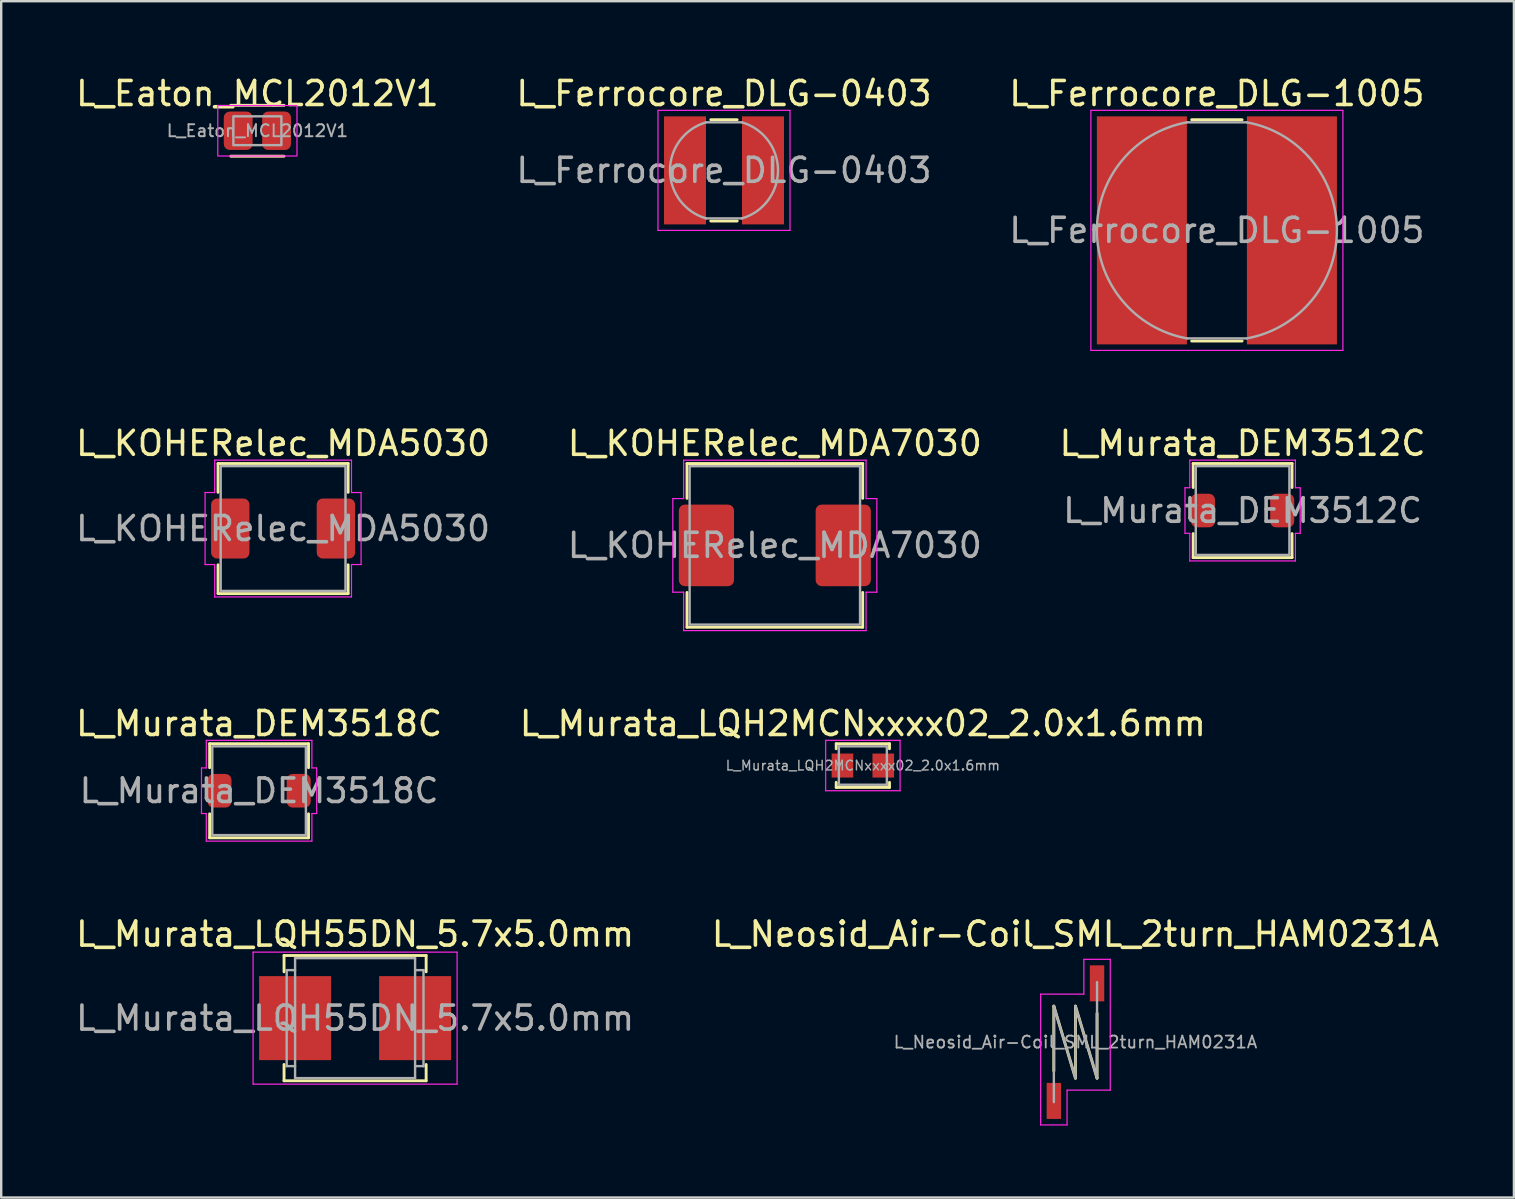
<source format=kicad_pcb>
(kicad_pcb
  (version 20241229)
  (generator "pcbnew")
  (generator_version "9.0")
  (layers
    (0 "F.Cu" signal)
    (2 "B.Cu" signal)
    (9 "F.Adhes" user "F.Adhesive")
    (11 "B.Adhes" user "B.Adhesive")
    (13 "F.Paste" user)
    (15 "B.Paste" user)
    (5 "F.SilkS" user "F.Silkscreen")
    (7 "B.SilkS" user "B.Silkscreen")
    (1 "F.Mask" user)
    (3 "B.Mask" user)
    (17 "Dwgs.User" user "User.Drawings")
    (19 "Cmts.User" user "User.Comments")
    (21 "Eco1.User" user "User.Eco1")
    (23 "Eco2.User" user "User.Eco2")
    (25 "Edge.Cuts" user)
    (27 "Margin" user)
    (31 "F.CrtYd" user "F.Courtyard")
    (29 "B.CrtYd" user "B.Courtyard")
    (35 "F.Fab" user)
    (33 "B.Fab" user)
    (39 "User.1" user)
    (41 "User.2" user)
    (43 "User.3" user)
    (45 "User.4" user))
  (footprint "L_KOHERelec_MDA5030"
    (layer "F.Cu")
    (at 8.744 18.971)
    (property "Reference" "L_KOHERelec_MDA5030" (at 0 -3.55 0) (layer "F.SilkS") (effects (font (size 1 1) (thickness 0.15))))
    (attr smd)
    (fp_line (start -2.71 -2.71) (end 2.71 -2.71) (stroke (width 0.12) (type solid)) (layer "F.SilkS"))
    (fp_line (start -2.71 -1.51) (end -2.71 -2.71) (stroke (width 0.12) (type solid)) (layer "F.SilkS"))
    (fp_line (start -2.71 2.71) (end -2.71 1.51) (stroke (width 0.12) (type solid)) (layer "F.SilkS"))
    (fp_line (start 2.71 -2.71) (end 2.71 -1.51) (stroke (width 0.12) (type solid)) (layer "F.SilkS"))
    (fp_line (start 2.71 1.51) (end 2.71 2.71) (stroke (width 0.12) (type solid)) (layer "F.SilkS"))
    (fp_line (start 2.71 2.71) (end -2.71 2.71) (stroke (width 0.12) (type solid)) (layer "F.SilkS"))
    (fp_line (start -3.25 -1.5) (end -2.85 -1.5) (stroke (width 0.05) (type solid)) (layer "F.CrtYd"))
    (fp_line (start -3.25 1.5) (end -3.25 -1.5) (stroke (width 0.05) (type solid)) (layer "F.CrtYd"))
    (fp_line (start -2.85 -2.85) (end 2.85 -2.85) (stroke (width 0.05) (type solid)) (layer "F.CrtYd"))
    (fp_line (start -2.85 -1.5) (end -2.85 -2.85) (stroke (width 0.05) (type solid)) (layer "F.CrtYd"))
    (fp_line (start -2.85 1.5) (end -3.25 1.5) (stroke (width 0.05) (type solid)) (layer "F.CrtYd"))
    (fp_line (start -2.85 2.85) (end -2.85 1.5) (stroke (width 0.05) (type solid)) (layer "F.CrtYd"))
    (fp_line (start 2.85 -2.85) (end 2.85 -1.5) (stroke (width 0.05) (type solid)) (layer "F.CrtYd"))
    (fp_line (start 2.85 -1.5) (end 3.25 -1.5) (stroke (width 0.05) (type solid)) (layer "F.CrtYd"))
    (fp_line (start 2.85 1.5) (end 2.85 2.85) (stroke (width 0.05) (type solid)) (layer "F.CrtYd"))
    (fp_line (start 2.85 2.85) (end -2.85 2.85) (stroke (width 0.05) (type solid)) (layer "F.CrtYd"))
    (fp_line (start 3.25 -1.5) (end 3.25 1.5) (stroke (width 0.05) (type solid)) (layer "F.CrtYd"))
    (fp_line (start 3.25 1.5) (end 2.85 1.5) (stroke (width 0.05) (type solid)) (layer "F.CrtYd"))
    (fp_rect (start -2.6 -2.6) (end 2.6 2.6) (stroke (width 0.1) (type solid)) (fill no) (layer "F.Fab"))
    (fp_text user "${REFERENCE}" (at 0 0 0) (layer "F.Fab") (effects (font (size 1 1) (thickness 0.15))))
    (pad "1" smd roundrect (at -2.2 0) (size 1.6 2.5) (layers "F.Cu" "F.Mask" "F.Paste") (roundrect_rratio 0.156))
    (pad "2" smd roundrect (at 2.2 0) (size 1.6 2.5) (layers "F.Cu" "F.Mask" "F.Paste") (roundrect_rratio 0.156)))
  (footprint "L_Murata_LQH2MCNxxxx02_2.0x1.6mm"
    (layer "F.Cu")
    (at 32.899 28.845)
    (property "Reference" "L_Murata_LQH2MCNxxxx02_2.0x1.6mm" (at 0 -1.75 0) (layer "F.SilkS") (effects (font (size 1 1) (thickness 0.15))))
    (attr smd)
    (fp_line (start -1.11 -0.91) (end 1.11 -0.91) (stroke (width 0.12) (type solid)) (layer "F.SilkS"))
    (fp_line (start -1.11 -0.7) (end -1.11 -0.91) (stroke (width 0.12) (type solid)) (layer "F.SilkS"))
    (fp_line (start -1.11 0.91) (end -1.11 0.7) (stroke (width 0.12) (type solid)) (layer "F.SilkS"))
    (fp_line (start 1.11 -0.7) (end 1.11 -0.91) (stroke (width 0.12) (type solid)) (layer "F.SilkS"))
    (fp_line (start 1.11 0.7) (end 1.11 0.91) (stroke (width 0.12) (type solid)) (layer "F.SilkS"))
    (fp_line (start 1.11 0.91) (end -1.11 0.91) (stroke (width 0.12) (type solid)) (layer "F.SilkS"))
    (fp_line (start -1.55 -1.05) (end 1.55 -1.05) (stroke (width 0.05) (type solid)) (layer "F.CrtYd"))
    (fp_line (start -1.55 1.05) (end -1.55 -1.05) (stroke (width 0.05) (type solid)) (layer "F.CrtYd"))
    (fp_line (start 1.55 -1.05) (end 1.55 1.05) (stroke (width 0.05) (type solid)) (layer "F.CrtYd"))
    (fp_line (start 1.55 1.05) (end -1.55 1.05) (stroke (width 0.05) (type solid)) (layer "F.CrtYd"))
    (fp_line (start -1 -0.8) (end 1 -0.8) (stroke (width 0.1) (type solid)) (layer "F.Fab"))
    (fp_line (start -1 0.8) (end -1 -0.8) (stroke (width 0.1) (type solid)) (layer "F.Fab"))
    (fp_line (start 1 -0.8) (end 1 0.8) (stroke (width 0.1) (type solid)) (layer "F.Fab"))
    (fp_line (start 1 0.8) (end -1 0.8) (stroke (width 0.1) (type solid)) (layer "F.Fab"))
    (fp_text user "${REFERENCE}" (at 0 0 0) (layer "F.Fab") (effects (font (size 0.4 0.4) (thickness 0.06))))
    (pad "1" smd rect (at -0.85 0) (size 0.9 1) (layers "F.Cu" "F.Mask" "F.Paste"))
    (pad "2" smd rect (at 0.85 0) (size 0.9 1) (layers "F.Cu" "F.Mask" "F.Paste")))
  (footprint "L_Ferrocore_DLG-1005"
    (layer "F.Cu")
    (at 47.649 6.548)
    (property "Reference" "L_Ferrocore_DLG-1005" (at 0 -5.7 0) (layer "F.SilkS") (effects (font (size 1 1) (thickness 0.15))))
    (attr smd)
    (fp_line (start -1.05 -4.61) (end 1.05 -4.61) (stroke (width 0.12) (type solid)) (layer "F.SilkS"))
    (fp_line (start -1.05 4.61) (end 1.05 4.61) (stroke (width 0.12) (type solid)) (layer "F.SilkS"))
    (fp_line (start -5.25 -5) (end -5.25 5) (stroke (width 0.05) (type solid)) (layer "F.CrtYd"))
    (fp_line (start -5.25 5) (end 5.25 5) (stroke (width 0.05) (type solid)) (layer "F.CrtYd"))
    (fp_line (start 5.25 -5) (end -5.25 -5) (stroke (width 0.05) (type solid)) (layer "F.CrtYd"))
    (fp_line (start 5.25 5) (end 5.25 -5) (stroke (width 0.05) (type solid)) (layer "F.CrtYd"))
    (fp_line (start -1.25 -4.5) (end 1.25 -4.5) (stroke (width 0.1) (type solid)) (layer "F.Fab"))
    (fp_line (start -1.25 4.5) (end 1.25 4.5) (stroke (width 0.1) (type solid)) (layer "F.Fab"))
    (fp_arc (start -1.25 4.5) (mid -5 0) (end -1.25 -4.5) (stroke (width 0.1) (type solid)) (layer "F.Fab"))
    (fp_arc (start 1.25 -4.5) (mid 5 0) (end 1.25 4.5) (stroke (width 0.1) (type solid)) (layer "F.Fab"))
    (fp_text user "${REFERENCE}" (at 0 0 0) (layer "F.Fab") (effects (font (size 1 1) (thickness 0.15))))
    (pad "1" smd rect (at -3.125 0) (size 3.75 9.5) (layers "F.Cu" "F.Mask" "F.Paste"))
    (pad "2" smd rect (at 3.125 0) (size 3.75 9.5) (layers "F.Cu" "F.Mask" "F.Paste")))
  (footprint "L_Murata_DEM3512C"
    (layer "F.Cu")
    (at 48.72 18.221)
    (property "Reference" "L_Murata_DEM3512C" (at 0 -2.8 0) (layer "F.SilkS") (effects (font (size 1 1) (thickness 0.15))))
    (attr smd)
    (fp_line (start -2.06 -1.96) (end 2.06 -1.96) (stroke (width 0.12) (type solid)) (layer "F.SilkS"))
    (fp_line (start -2.06 -0.96) (end -2.06 -1.96) (stroke (width 0.12) (type solid)) (layer "F.SilkS"))
    (fp_line (start -2.06 1.96) (end -2.06 0.96) (stroke (width 0.12) (type solid)) (layer "F.SilkS"))
    (fp_line (start 2.06 -1.96) (end 2.06 -0.96) (stroke (width 0.12) (type solid)) (layer "F.SilkS"))
    (fp_line (start 2.06 0.96) (end 2.06 1.96) (stroke (width 0.12) (type solid)) (layer "F.SilkS"))
    (fp_line (start 2.06 1.96) (end -2.06 1.96) (stroke (width 0.12) (type solid)) (layer "F.SilkS"))
    (fp_line (start -2.4 -0.95) (end -2.2 -0.95) (stroke (width 0.05) (type solid)) (layer "F.CrtYd"))
    (fp_line (start -2.4 0.95) (end -2.4 -0.95) (stroke (width 0.05) (type solid)) (layer "F.CrtYd"))
    (fp_line (start -2.2 -2.1) (end 2.2 -2.1) (stroke (width 0.05) (type solid)) (layer "F.CrtYd"))
    (fp_line (start -2.2 -0.95) (end -2.2 -2.1) (stroke (width 0.05) (type solid)) (layer "F.CrtYd"))
    (fp_line (start -2.2 0.95) (end -2.4 0.95) (stroke (width 0.05) (type solid)) (layer "F.CrtYd"))
    (fp_line (start -2.2 2.1) (end -2.2 0.95) (stroke (width 0.05) (type solid)) (layer "F.CrtYd"))
    (fp_line (start 2.2 -2.1) (end 2.2 -0.95) (stroke (width 0.05) (type solid)) (layer "F.CrtYd"))
    (fp_line (start 2.2 -0.95) (end 2.4 -0.95) (stroke (width 0.05) (type solid)) (layer "F.CrtYd"))
    (fp_line (start 2.2 0.95) (end 2.2 2.1) (stroke (width 0.05) (type solid)) (layer "F.CrtYd"))
    (fp_line (start 2.2 2.1) (end -2.2 2.1) (stroke (width 0.05) (type solid)) (layer "F.CrtYd"))
    (fp_line (start 2.4 -0.95) (end 2.4 0.95) (stroke (width 0.05) (type solid)) (layer "F.CrtYd"))
    (fp_line (start 2.4 0.95) (end 2.2 0.95) (stroke (width 0.05) (type solid)) (layer "F.CrtYd"))
    (fp_rect (start -1.95 -1.85) (end 1.95 1.85) (stroke (width 0.1) (type solid)) (fill no) (layer "F.Fab"))
    (fp_text user "${REFERENCE}" (at 0 0 0) (layer "F.Fab") (effects (font (size 0.98 0.98) (thickness 0.15))))
    (pad "1" smd roundrect (at -1.65 0) (size 1 1.4) (layers "F.Cu" "F.Mask" "F.Paste") (roundrect_rratio 0.25))
    (pad "2" smd roundrect (at 1.65 0) (size 1 1.4) (layers "F.Cu" "F.Mask" "F.Paste") (roundrect_rratio 0.25)))
  (footprint "L_KOHERelec_MDA7030"
    (layer "F.Cu")
    (at 29.232 19.672)
    (property "Reference" "L_KOHERelec_MDA7030" (at 0 -4.25 0) (layer "F.SilkS") (effects (font (size 1 1) (thickness 0.15))))
    (attr smd)
    (fp_line (start -3.66 -3.41) (end 3.66 -3.41) (stroke (width 0.12) (type solid)) (layer "F.SilkS"))
    (fp_line (start -3.66 -1.96) (end -3.66 -3.41) (stroke (width 0.12) (type solid)) (layer "F.SilkS"))
    (fp_line (start -3.66 3.41) (end -3.66 1.96) (stroke (width 0.12) (type solid)) (layer "F.SilkS"))
    (fp_line (start 3.66 -3.41) (end 3.66 -1.96) (stroke (width 0.12) (type solid)) (layer "F.SilkS"))
    (fp_line (start 3.66 1.96) (end 3.66 3.41) (stroke (width 0.12) (type solid)) (layer "F.SilkS"))
    (fp_line (start 3.66 3.41) (end -3.66 3.41) (stroke (width 0.12) (type solid)) (layer "F.SilkS"))
    (fp_line (start -4.25 -1.95) (end -3.8 -1.95) (stroke (width 0.05) (type solid)) (layer "F.CrtYd"))
    (fp_line (start -4.25 1.95) (end -4.25 -1.95) (stroke (width 0.05) (type solid)) (layer "F.CrtYd"))
    (fp_line (start -3.8 -3.55) (end 3.8 -3.55) (stroke (width 0.05) (type solid)) (layer "F.CrtYd"))
    (fp_line (start -3.8 -1.95) (end -3.8 -3.55) (stroke (width 0.05) (type solid)) (layer "F.CrtYd"))
    (fp_line (start -3.8 1.95) (end -4.25 1.95) (stroke (width 0.05) (type solid)) (layer "F.CrtYd"))
    (fp_line (start -3.8 3.55) (end -3.8 1.95) (stroke (width 0.05) (type solid)) (layer "F.CrtYd"))
    (fp_line (start 3.8 -3.55) (end 3.8 -1.95) (stroke (width 0.05) (type solid)) (layer "F.CrtYd"))
    (fp_line (start 3.8 -1.95) (end 4.25 -1.95) (stroke (width 0.05) (type solid)) (layer "F.CrtYd"))
    (fp_line (start 3.8 1.95) (end 3.8 3.55) (stroke (width 0.05) (type solid)) (layer "F.CrtYd"))
    (fp_line (start 3.8 3.55) (end -3.8 3.55) (stroke (width 0.05) (type solid)) (layer "F.CrtYd"))
    (fp_line (start 4.25 -1.95) (end 4.25 1.95) (stroke (width 0.05) (type solid)) (layer "F.CrtYd"))
    (fp_line (start 4.25 1.95) (end 3.8 1.95) (stroke (width 0.05) (type solid)) (layer "F.CrtYd"))
    (fp_rect (start -3.55 -3.3) (end 3.55 3.3) (stroke (width 0.1) (type solid)) (fill no) (layer "F.Fab"))
    (fp_text user "${REFERENCE}" (at 0 0 0) (layer "F.Fab") (effects (font (size 1 1) (thickness 0.15))))
    (pad "1" smd roundrect (at -2.85 0) (size 2.3 3.4) (layers "F.Cu" "F.Mask" "F.Paste") (roundrect_rratio 0.109))
    (pad "2" smd roundrect (at 2.85 0) (size 2.3 3.4) (layers "F.Cu" "F.Mask" "F.Paste") (roundrect_rratio 0.109)))
  (footprint "L_Murata_DEM3518C"
    (layer "F.Cu")
    (at 7.744 29.895)
    (property "Reference" "L_Murata_DEM3518C" (at 0 -2.8 0) (layer "F.SilkS") (effects (font (size 1 1) (thickness 0.15))))
    (attr smd)
    (fp_line (start -2.06 -1.96) (end 2.06 -1.96) (stroke (width 0.12) (type solid)) (layer "F.SilkS"))
    (fp_line (start -2.06 -0.96) (end -2.06 -1.96) (stroke (width 0.12) (type solid)) (layer "F.SilkS"))
    (fp_line (start -2.06 1.96) (end -2.06 0.96) (stroke (width 0.12) (type solid)) (layer "F.SilkS"))
    (fp_line (start 2.06 -1.96) (end 2.06 -0.96) (stroke (width 0.12) (type solid)) (layer "F.SilkS"))
    (fp_line (start 2.06 0.96) (end 2.06 1.96) (stroke (width 0.12) (type solid)) (layer "F.SilkS"))
    (fp_line (start 2.06 1.96) (end -2.06 1.96) (stroke (width 0.12) (type solid)) (layer "F.SilkS"))
    (fp_line (start -2.4 -0.95) (end -2.2 -0.95) (stroke (width 0.05) (type solid)) (layer "F.CrtYd"))
    (fp_line (start -2.4 0.95) (end -2.4 -0.95) (stroke (width 0.05) (type solid)) (layer "F.CrtYd"))
    (fp_line (start -2.2 -2.1) (end 2.2 -2.1) (stroke (width 0.05) (type solid)) (layer "F.CrtYd"))
    (fp_line (start -2.2 -0.95) (end -2.2 -2.1) (stroke (width 0.05) (type solid)) (layer "F.CrtYd"))
    (fp_line (start -2.2 0.95) (end -2.4 0.95) (stroke (width 0.05) (type solid)) (layer "F.CrtYd"))
    (fp_line (start -2.2 2.1) (end -2.2 0.95) (stroke (width 0.05) (type solid)) (layer "F.CrtYd"))
    (fp_line (start 2.2 -2.1) (end 2.2 -0.95) (stroke (width 0.05) (type solid)) (layer "F.CrtYd"))
    (fp_line (start 2.2 -0.95) (end 2.4 -0.95) (stroke (width 0.05) (type solid)) (layer "F.CrtYd"))
    (fp_line (start 2.2 0.95) (end 2.2 2.1) (stroke (width 0.05) (type solid)) (layer "F.CrtYd"))
    (fp_line (start 2.2 2.1) (end -2.2 2.1) (stroke (width 0.05) (type solid)) (layer "F.CrtYd"))
    (fp_line (start 2.4 -0.95) (end 2.4 0.95) (stroke (width 0.05) (type solid)) (layer "F.CrtYd"))
    (fp_line (start 2.4 0.95) (end 2.2 0.95) (stroke (width 0.05) (type solid)) (layer "F.CrtYd"))
    (fp_rect (start -1.95 -1.85) (end 1.95 1.85) (stroke (width 0.1) (type solid)) (fill no) (layer "F.Fab"))
    (fp_text user "${REFERENCE}" (at 0 0 0) (layer "F.Fab") (effects (font (size 0.98 0.98) (thickness 0.15))))
    (pad "1" smd roundrect (at -1.65 0) (size 1 1.4) (layers "F.Cu" "F.Mask" "F.Paste") (roundrect_rratio 0.25))
    (pad "2" smd roundrect (at 1.65 0) (size 1 1.4) (layers "F.Cu" "F.Mask" "F.Paste") (roundrect_rratio 0.25)))
  (footprint "L_Neosid_Air-Coil_SML_2turn_HAM0231A"
    (layer "F.Cu")
    (at 41.756 40.368)
    (property "Reference" "L_Neosid_Air-Coil_SML_2turn_HAM0231A" (at 0 -4.5 0) (layer "F.SilkS") (effects (font (size 1 1) (thickness 0.15))))
    (attr smd)
    (fp_line (start -0.9 -1.5) (end 0 1.5) (stroke (width 0.12) (type solid)) (layer "F.SilkS"))
    (fp_line (start -0.9 1.2) (end -0.9 -1.5) (stroke (width 0.12) (type solid)) (layer "F.SilkS"))
    (fp_line (start 0 -1.5) (end 0.9 1.5) (stroke (width 0.12) (type solid)) (layer "F.SilkS"))
    (fp_line (start 0 1.5) (end 0 -1.5) (stroke (width 0.12) (type solid)) (layer "F.SilkS"))
    (fp_line (start 0.9 -1.2) (end 0.9 1.5) (stroke (width 0.12) (type solid)) (layer "F.SilkS"))
    (fp_line (start -1.45 -2) (end -1.45 3.45) (stroke (width 0.05) (type solid)) (layer "F.CrtYd"))
    (fp_line (start -1.45 3.45) (end -0.35 3.45) (stroke (width 0.05) (type solid)) (layer "F.CrtYd"))
    (fp_line (start -0.35 2) (end 1.45 2) (stroke (width 0.05) (type solid)) (layer "F.CrtYd"))
    (fp_line (start -0.35 3.45) (end -0.35 2) (stroke (width 0.05) (type solid)) (layer "F.CrtYd"))
    (fp_line (start 0.35 -3.45) (end 0.35 -2) (stroke (width 0.05) (type solid)) (layer "F.CrtYd"))
    (fp_line (start 0.35 -2) (end -1.45 -2) (stroke (width 0.05) (type solid)) (layer "F.CrtYd"))
    (fp_line (start 1.45 -3.45) (end 0.35 -3.45) (stroke (width 0.05) (type solid)) (layer "F.CrtYd"))
    (fp_line (start 1.45 2) (end 1.45 -3.45) (stroke (width 0.05) (type solid)) (layer "F.CrtYd"))
    (fp_line (start -0.9 -1.5) (end 0 1.5) (stroke (width 0.1) (type solid)) (layer "F.Fab"))
    (fp_line (start -0.9 2.5) (end -0.9 -1.5) (stroke (width 0.1) (type solid)) (layer "F.Fab"))
    (fp_line (start 0 -1.5) (end 0.9 1.5) (stroke (width 0.1) (type solid)) (layer "F.Fab"))
    (fp_line (start 0 1.5) (end 0 -1.5) (stroke (width 0.1) (type solid)) (layer "F.Fab"))
    (fp_line (start 0.9 1.5) (end 0.9 -2.5) (stroke (width 0.1) (type solid)) (layer "F.Fab"))
    (fp_text user "${REFERENCE}" (at 0 0 0) (layer "F.Fab") (effects (font (size 0.5 0.5) (thickness 0.075))))
    (pad "1" smd rect (at -0.9 2.45) (size 0.6 1.5) (layers "F.Cu" "F.Mask" "F.Paste"))
    (pad "2" smd rect (at 0.9 -2.45) (size 0.6 1.5) (layers "F.Cu" "F.Mask" "F.Paste")))
  (footprint "L_Eaton_MCL2012V1"
    (layer "F.Cu")
    (at 7.673 2.398)
    (property "Reference" "L_Eaton_MCL2012V1" (at 0 -1.55 0) (layer "F.SilkS") (effects (font (size 1 1) (thickness 0.15))))
    (attr smd)
    (fp_line (start -1.11 -1.06) (end 1.11 -1.06) (stroke (width 0.12) (type solid)) (layer "F.SilkS"))
    (fp_line (start 1.11 1.06) (end -1.11 1.06) (stroke (width 0.12) (type solid)) (layer "F.SilkS"))
    (fp_rect (start -1.65 -1.05) (end 1.65 1.05) (stroke (width 0.05) (type solid)) (fill no) (layer "F.CrtYd"))
    (fp_rect (start -1 -0.6) (end 1 0.6) (stroke (width 0.1) (type solid)) (fill no) (layer "F.Fab"))
    (fp_text user "${REFERENCE}" (at 0 0 0) (layer "F.Fab") (effects (font (size 0.5 0.5) (thickness 0.08))))
    (pad "1" smd roundrect (at -0.8 0) (size 1.2 1.6) (layers "F.Cu" "F.Mask" "F.Paste") (roundrect_rratio 0.208))
    (pad "2" smd roundrect (at 0.8 0) (size 1.2 1.6) (layers "F.Cu" "F.Mask" "F.Paste") (roundrect_rratio 0.208)))
  (footprint "L_Murata_LQH55DN_5.7x5.0mm"
    (layer "F.Cu")
    (at 11.744 39.368)
    (property "Reference" "L_Murata_LQH55DN_5.7x5.0mm" (at 0 -3.5 0) (layer "F.SilkS") (effects (font (size 1 1) (thickness 0.15))))
    (attr smd)
    (fp_line (start -2.96 -2.61) (end -2.96 -1.93) (stroke (width 0.12) (type solid)) (layer "F.SilkS"))
    (fp_line (start -2.96 -2.61) (end 2.96 -2.61) (stroke (width 0.12) (type solid)) (layer "F.SilkS"))
    (fp_line (start -2.96 1.93) (end -2.96 2.61) (stroke (width 0.12) (type solid)) (layer "F.SilkS"))
    (fp_line (start -2.96 2.61) (end 2.96 2.61) (stroke (width 0.12) (type solid)) (layer "F.SilkS"))
    (fp_line (start 2.96 -2.61) (end 2.96 -1.93) (stroke (width 0.12) (type solid)) (layer "F.SilkS"))
    (fp_line (start 2.96 1.93) (end 2.96 2.61) (stroke (width 0.12) (type solid)) (layer "F.SilkS"))
    (fp_line (start -4.25 -2.75) (end -4.25 2.75) (stroke (width 0.05) (type solid)) (layer "F.CrtYd"))
    (fp_line (start -4.25 2.75) (end 4.25 2.75) (stroke (width 0.05) (type solid)) (layer "F.CrtYd"))
    (fp_line (start 4.25 -2.75) (end -4.25 -2.75) (stroke (width 0.05) (type solid)) (layer "F.CrtYd"))
    (fp_line (start 4.25 2.75) (end 4.25 -2.75) (stroke (width 0.05) (type solid)) (layer "F.CrtYd"))
    (fp_line (start -2.85 -2) (end -2.85 2) (stroke (width 0.1) (type solid)) (layer "F.Fab"))
    (fp_line (start -2.85 -2) (end -2.5 -2) (stroke (width 0.1) (type solid)) (layer "F.Fab"))
    (fp_line (start -2.85 2) (end -2.5 2) (stroke (width 0.1) (type solid)) (layer "F.Fab"))
    (fp_line (start -2.5 -2.5) (end -2.5 2.5) (stroke (width 0.1) (type solid)) (layer "F.Fab"))
    (fp_line (start -2.5 -2.5) (end 2.5 -2.5) (stroke (width 0.1) (type solid)) (layer "F.Fab"))
    (fp_line (start -2.5 2.5) (end 2.5 2.5) (stroke (width 0.1) (type solid)) (layer "F.Fab"))
    (fp_line (start 2.5 -2.5) (end 2.5 2.5) (stroke (width 0.1) (type solid)) (layer "F.Fab"))
    (fp_line (start 2.85 -2) (end 2.5 -2) (stroke (width 0.1) (type solid)) (layer "F.Fab"))
    (fp_line (start 2.85 -2) (end 2.85 2) (stroke (width 0.1) (type solid)) (layer "F.Fab"))
    (fp_line (start 2.85 2) (end 2.5 2) (stroke (width 0.1) (type solid)) (layer "F.Fab"))
    (fp_text user "${REFERENCE}" (at 0 0 0) (layer "F.Fab") (effects (font (size 1 1) (thickness 0.15))))
    (pad "1" smd rect (at -2.5 0) (size 3 3.5) (layers "F.Cu" "F.Mask" "F.Paste"))
    (pad "2" smd rect (at 2.5 0) (size 3 3.5) (layers "F.Cu" "F.Mask" "F.Paste")))
  (footprint "L_Ferrocore_DLG-0403"
    (layer "F.Cu")
    (at 27.113 4.048)
    (property "Reference" "L_Ferrocore_DLG-0403" (at 0 -3.2 0) (layer "F.SilkS") (effects (font (size 1 1) (thickness 0.15))))
    (attr smd)
    (fp_line (start -0.55 -2.11) (end 0.55 -2.11) (stroke (width 0.12) (type solid)) (layer "F.SilkS"))
    (fp_line (start -0.55 2.11) (end 0.55 2.11) (stroke (width 0.12) (type solid)) (layer "F.SilkS"))
    (fp_line (start -2.75 -2.5) (end -2.75 2.5) (stroke (width 0.05) (type solid)) (layer "F.CrtYd"))
    (fp_line (start -2.75 2.5) (end 2.75 2.5) (stroke (width 0.05) (type solid)) (layer "F.CrtYd"))
    (fp_line (start 2.75 -2.5) (end -2.75 -2.5) (stroke (width 0.05) (type solid)) (layer "F.CrtYd"))
    (fp_line (start 2.75 2.5) (end 2.75 -2.5) (stroke (width 0.05) (type solid)) (layer "F.CrtYd"))
    (fp_line (start -0.75 -2) (end 0.75 -2) (stroke (width 0.1) (type solid)) (layer "F.Fab"))
    (fp_line (start -0.75 2) (end 0.75 2) (stroke (width 0.1) (type solid)) (layer "F.Fab"))
    (fp_arc (start -0.75 2) (mid -2.25 0) (end -0.75 -2) (stroke (width 0.1) (type solid)) (layer "F.Fab"))
    (fp_arc (start 0.75 -2) (mid 2.25 0) (end 0.75 2) (stroke (width 0.1) (type solid)) (layer "F.Fab"))
    (fp_text user "${REFERENCE}" (at 0 0 0) (layer "F.Fab") (effects (font (size 1 1) (thickness 0.15))))
    (pad "1" smd rect (at -1.625 0) (size 1.75 4.5) (layers "F.Cu" "F.Mask" "F.Paste"))
    (pad "2" smd rect (at 1.625 0) (size 1.75 4.5) (layers "F.Cu" "F.Mask" "F.Paste")))
  (gr_rect
    (start -3 -3)
    (end 60.024 46.843)
    (stroke (width 0.1) (type default))
    (fill no)
    (layer "Edge.Cuts")))
</source>
